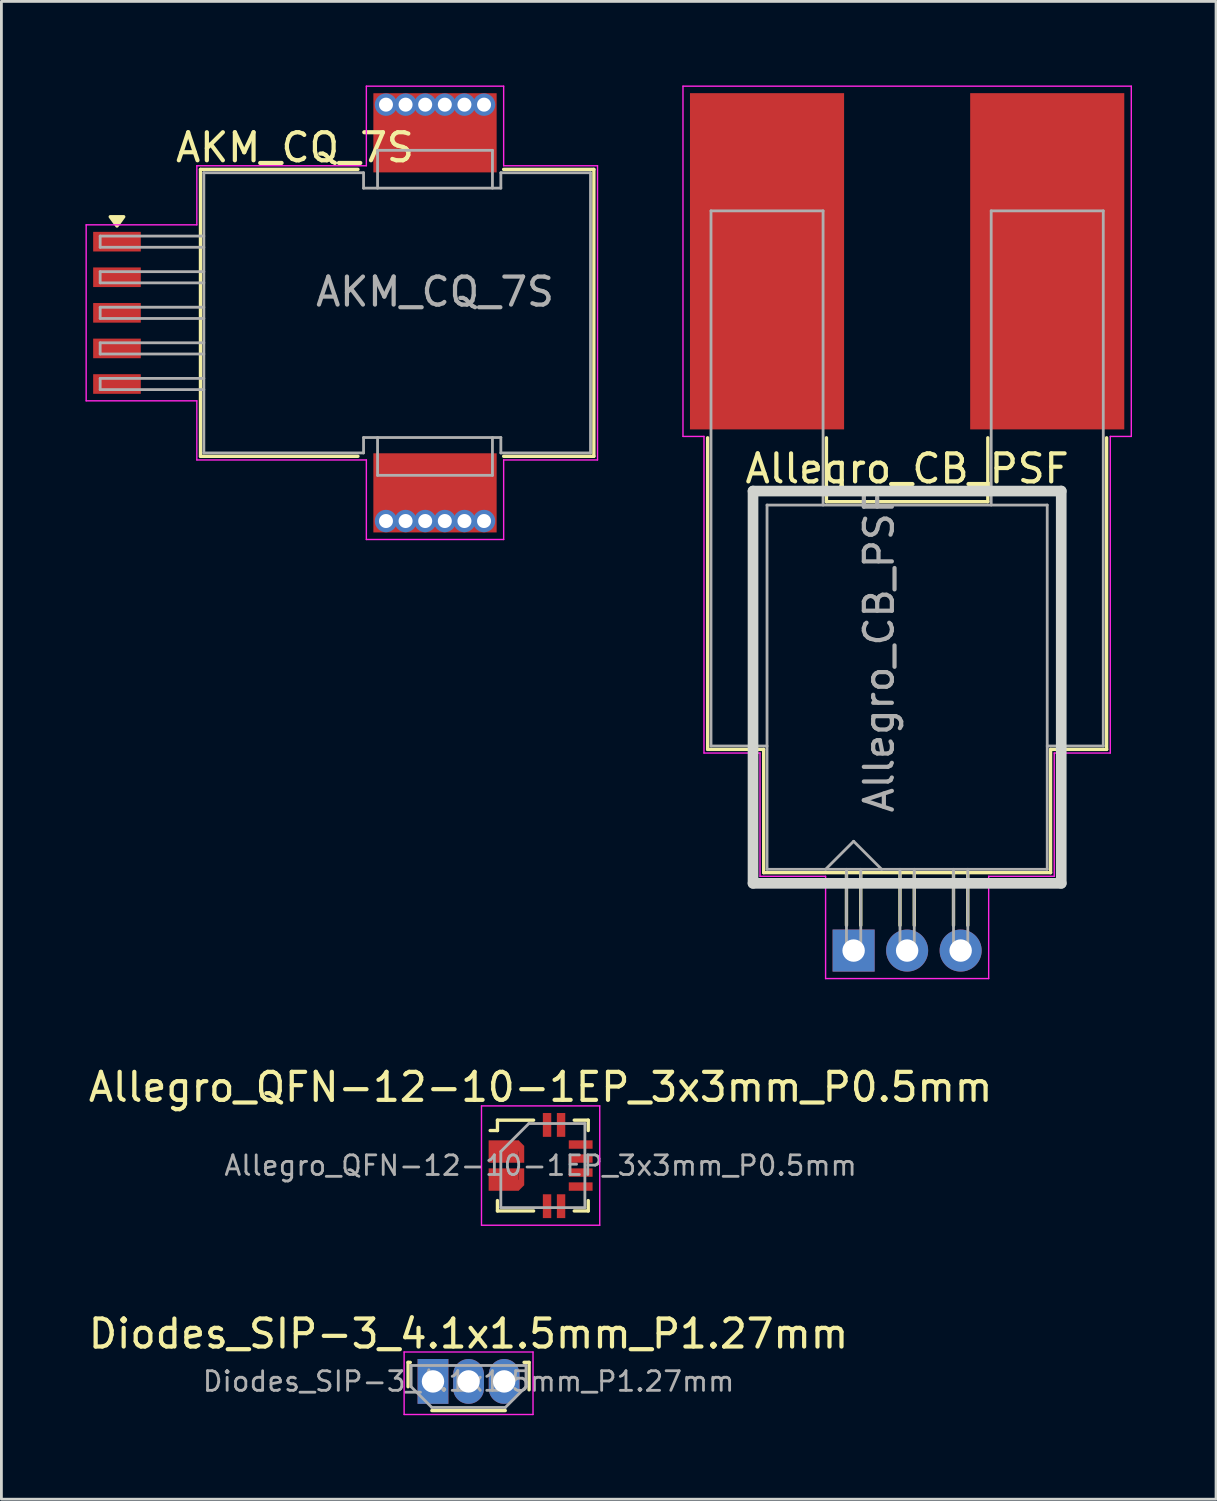
<source format=kicad_pcb>
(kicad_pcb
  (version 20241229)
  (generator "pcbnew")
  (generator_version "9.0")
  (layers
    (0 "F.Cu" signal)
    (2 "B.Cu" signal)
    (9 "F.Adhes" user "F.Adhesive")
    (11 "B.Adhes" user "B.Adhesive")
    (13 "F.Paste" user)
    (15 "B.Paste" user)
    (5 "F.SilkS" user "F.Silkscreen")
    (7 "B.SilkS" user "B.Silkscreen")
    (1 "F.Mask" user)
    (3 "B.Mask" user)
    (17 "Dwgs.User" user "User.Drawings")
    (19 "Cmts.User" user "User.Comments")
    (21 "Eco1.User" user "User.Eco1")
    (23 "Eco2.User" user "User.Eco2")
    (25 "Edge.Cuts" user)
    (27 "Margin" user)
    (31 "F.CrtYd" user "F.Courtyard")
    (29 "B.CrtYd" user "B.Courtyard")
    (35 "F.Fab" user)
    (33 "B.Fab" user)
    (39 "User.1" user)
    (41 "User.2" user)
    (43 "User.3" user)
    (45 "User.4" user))
  (footprint "Allegro_QFN-12-10-1EP_3x3mm_P0.5mm"
    (layer "F.Cu")
    (at 16.244 38.548)
    (property "Reference" "Allegro_QFN-12-10-1EP_3x3mm_P0.5mm" (at 0 -2.8 0) (layer "F.SilkS") (effects (font (size 1 1) (thickness 0.15))))
    (attr smd)
    (fp_line (start -1.54 -1.62) (end -1.54 -1.25) (stroke (width 0.12) (type solid)) (layer "F.SilkS"))
    (fp_line (start -1.54 -1.62) (end -0.25 -1.62) (stroke (width 0.12) (type solid)) (layer "F.SilkS"))
    (fp_line (start -1.54 -1.25) (end -1.8 -1.25) (stroke (width 0.12) (type solid)) (layer "F.SilkS"))
    (fp_line (start -1.54 1.25) (end -1.54 1.62) (stroke (width 0.12) (type solid)) (layer "F.SilkS"))
    (fp_line (start -1.54 1.62) (end -0.25 1.62) (stroke (width 0.12) (type solid)) (layer "F.SilkS"))
    (fp_line (start 1.7 -1.62) (end 1.2 -1.62) (stroke (width 0.12) (type solid)) (layer "F.SilkS"))
    (fp_line (start 1.7 -1.62) (end 1.7 -1.25) (stroke (width 0.12) (type solid)) (layer "F.SilkS"))
    (fp_line (start 1.7 1.25) (end 1.7 1.62) (stroke (width 0.12) (type solid)) (layer "F.SilkS"))
    (fp_line (start 1.7 1.62) (end 1.2 1.62) (stroke (width 0.12) (type solid)) (layer "F.SilkS"))
    (fp_line (start -2.11 -2.13) (end -2.11 2.13) (stroke (width 0.05) (type solid)) (layer "F.CrtYd"))
    (fp_line (start -2.11 2.13) (end 2.11 2.13) (stroke (width 0.05) (type solid)) (layer "F.CrtYd"))
    (fp_line (start 2.11 -2.13) (end -2.11 -2.13) (stroke (width 0.05) (type solid)) (layer "F.CrtYd"))
    (fp_line (start 2.11 2.13) (end 2.11 -2.13) (stroke (width 0.05) (type solid)) (layer "F.CrtYd"))
    (fp_line (start -1.42 -0.5) (end -0.42 -1.5) (stroke (width 0.1) (type solid)) (layer "F.Fab"))
    (fp_line (start -1.42 1.5) (end -1.42 -0.5) (stroke (width 0.1) (type solid)) (layer "F.Fab"))
    (fp_line (start -0.42 -1.5) (end 1.58 -1.5) (stroke (width 0.1) (type solid)) (layer "F.Fab"))
    (fp_line (start 1.58 -1.5) (end 1.58 1.5) (stroke (width 0.1) (type solid)) (layer "F.Fab"))
    (fp_line (start 1.58 1.5) (end -1.42 1.5) (stroke (width 0.1) (type solid)) (layer "F.Fab"))
    (fp_text user "${REFERENCE}" (at 0 0 0) (layer "F.Fab") (effects (font (size 0.7 0.7) (thickness 0.1))))
    (pad "1" smd rect (at -1.32 -0.5) (size 1.07 0.8) (layers "F.Cu" "F.Mask" "F.Paste"))
    (pad "1" smd rect (at -0.785 -0.7 45) (size 0.283 0.283) (layers "F.Cu" "F.Mask" "F.Paste"))
    (pad "1" smd rect (at -0.685 -0.4) (size 0.2 0.6) (layers "F.Cu" "F.Mask" "F.Paste"))
    (pad "2" smd rect (at -1.32 0.5) (size 1.07 0.8) (layers "F.Cu" "F.Mask" "F.Paste"))
    (pad "2" smd rect (at -0.785 0.7 45) (size 0.283 0.283) (layers "F.Cu" "F.Mask" "F.Paste"))
    (pad "2" smd rect (at -0.685 0.4) (size 0.2 0.6) (layers "F.Cu" "F.Mask" "F.Paste"))
    (pad "3" smd rect (at 0.23 1.45) (size 0.3 0.85) (layers "F.Cu" "F.Mask" "F.Paste"))
    (pad "4" smd rect (at 0.73 1.45) (size 0.3 0.85) (layers "F.Cu" "F.Mask" "F.Paste"))
    (pad "5" smd rect (at 1.43 0.75) (size 0.85 0.3) (layers "F.Cu" "F.Mask" "F.Paste"))
    (pad "6" smd rect (at 1.43 0.25) (size 0.85 0.3) (layers "F.Cu" "F.Mask" "F.Paste"))
    (pad "7" smd rect (at 1.43 -0.25) (size 0.85 0.3) (layers "F.Cu" "F.Mask" "F.Paste"))
    (pad "8" smd rect (at 1.43 -0.75) (size 0.85 0.3) (layers "F.Cu" "F.Mask" "F.Paste"))
    (pad "9" smd rect (at 0.73 -1.45) (size 0.3 0.85) (layers "F.Cu" "F.Mask" "F.Paste"))
    (pad "10" smd rect (at 0.23 -1.45) (size 0.3 0.85) (layers "F.Cu" "F.Mask" "F.Paste")))
  (footprint "AKM_CQ_7S"
    (layer "F.Cu")
    (at 7.475 8.115)
    (property "Reference" "AKM_CQ_7S" (at 0 -5.9 0) (layer "F.SilkS") (effects (font (size 1 1) (thickness 0.15))))
    (attr smd)
    (fp_line (start -3.37 -5.12) (end -3.37 5.12) (stroke (width 0.12) (type solid)) (layer "F.SilkS"))
    (fp_line (start 2.25 -5.12) (end -3.37 -5.12) (stroke (width 0.12) (type solid)) (layer "F.SilkS"))
    (fp_line (start 2.25 5.12) (end -3.37 5.12) (stroke (width 0.12) (type solid)) (layer "F.SilkS"))
    (fp_line (start 10.67 -5.12) (end 7.45 -5.12) (stroke (width 0.12) (type solid)) (layer "F.SilkS"))
    (fp_line (start 10.67 5.12) (end 7.45 5.12) (stroke (width 0.12) (type solid)) (layer "F.SilkS"))
    (fp_line (start 10.67 5.12) (end 10.67 -5.12) (stroke (width 0.12) (type solid)) (layer "F.SilkS"))
    (fp_poly (pts (xy -6.35 -3.1) (xy -6.59 -3.43) (xy -6.11 -3.43) (xy -6.35 -3.1)) (stroke (width 0.12) (type solid)) (fill yes) (layer "F.SilkS"))
    (fp_line (start -7.45 -3.14) (end -7.45 3.14) (stroke (width 0.05) (type solid)) (layer "F.CrtYd"))
    (fp_line (start -7.45 -3.14) (end -3.5 -3.14) (stroke (width 0.05) (type solid)) (layer "F.CrtYd"))
    (fp_line (start -7.45 3.14) (end -3.5 3.14) (stroke (width 0.05) (type solid)) (layer "F.CrtYd"))
    (fp_line (start -3.5 -5.25) (end 2.55 -5.25) (stroke (width 0.05) (type solid)) (layer "F.CrtYd"))
    (fp_line (start -3.5 -3.14) (end -3.5 -5.25) (stroke (width 0.05) (type solid)) (layer "F.CrtYd"))
    (fp_line (start -3.5 3.14) (end -3.5 5.25) (stroke (width 0.05) (type solid)) (layer "F.CrtYd"))
    (fp_line (start -3.5 5.25) (end 2.55 5.25) (stroke (width 0.05) (type solid)) (layer "F.CrtYd"))
    (fp_line (start 2.55 -5.25) (end 2.55 -8.09) (stroke (width 0.05) (type solid)) (layer "F.CrtYd"))
    (fp_line (start 2.55 5.25) (end 2.55 8.09) (stroke (width 0.05) (type solid)) (layer "F.CrtYd"))
    (fp_line (start 7.45 -8.09) (end 2.55 -8.09) (stroke (width 0.05) (type solid)) (layer "F.CrtYd"))
    (fp_line (start 7.45 -5.25) (end 7.45 -8.09) (stroke (width 0.05) (type solid)) (layer "F.CrtYd"))
    (fp_line (start 7.45 5.25) (end 7.45 8.09) (stroke (width 0.05) (type solid)) (layer "F.CrtYd"))
    (fp_line (start 7.45 8.09) (end 2.55 8.09) (stroke (width 0.05) (type solid)) (layer "F.CrtYd"))
    (fp_line (start 10.8 -5.25) (end 7.45 -5.25) (stroke (width 0.05) (type solid)) (layer "F.CrtYd"))
    (fp_line (start 10.8 5.25) (end 7.45 5.25) (stroke (width 0.05) (type solid)) (layer "F.CrtYd"))
    (fp_line (start 10.8 5.25) (end 10.8 -5.25) (stroke (width 0.05) (type solid)) (layer "F.CrtYd"))
    (fp_line (start -6.95 -2.74) (end -6.95 -2.34) (stroke (width 0.1) (type solid)) (layer "F.Fab"))
    (fp_line (start -6.95 -2.34) (end -3.25 -2.34) (stroke (width 0.1) (type solid)) (layer "F.Fab"))
    (fp_line (start -6.95 -1.47) (end -6.95 -1.07) (stroke (width 0.1) (type solid)) (layer "F.Fab"))
    (fp_line (start -6.95 -1.07) (end -3.25 -1.07) (stroke (width 0.1) (type solid)) (layer "F.Fab"))
    (fp_line (start -6.95 -0.2) (end -6.95 0.2) (stroke (width 0.1) (type solid)) (layer "F.Fab"))
    (fp_line (start -6.95 0.2) (end -3.25 0.2) (stroke (width 0.1) (type solid)) (layer "F.Fab"))
    (fp_line (start -6.95 1.07) (end -6.95 1.47) (stroke (width 0.1) (type solid)) (layer "F.Fab"))
    (fp_line (start -6.95 1.47) (end -3.25 1.47) (stroke (width 0.1) (type solid)) (layer "F.Fab"))
    (fp_line (start -6.95 2.34) (end -6.95 2.74) (stroke (width 0.1) (type solid)) (layer "F.Fab"))
    (fp_line (start -6.95 2.74) (end -3.25 2.74) (stroke (width 0.1) (type solid)) (layer "F.Fab"))
    (fp_line (start -3.25 -5) (end -3.25 5) (stroke (width 0.1) (type solid)) (layer "F.Fab"))
    (fp_line (start -3.25 -2.74) (end -6.95 -2.74) (stroke (width 0.1) (type solid)) (layer "F.Fab"))
    (fp_line (start -3.25 -1.47) (end -6.95 -1.47) (stroke (width 0.1) (type solid)) (layer "F.Fab"))
    (fp_line (start -3.25 -0.2) (end -6.95 -0.2) (stroke (width 0.1) (type solid)) (layer "F.Fab"))
    (fp_line (start -3.25 1.07) (end -6.95 1.07) (stroke (width 0.1) (type solid)) (layer "F.Fab"))
    (fp_line (start -3.25 2.34) (end -6.95 2.34) (stroke (width 0.1) (type solid)) (layer "F.Fab"))
    (fp_line (start 2.45 -5) (end -3.25 -5) (stroke (width 0.1) (type solid)) (layer "F.Fab"))
    (fp_line (start 2.45 -5) (end 2.45 -4.45) (stroke (width 0.1) (type solid)) (layer "F.Fab"))
    (fp_line (start 2.45 5) (end -3.25 5) (stroke (width 0.1) (type solid)) (layer "F.Fab"))
    (fp_line (start 2.45 5) (end 2.45 4.45) (stroke (width 0.1) (type solid)) (layer "F.Fab"))
    (fp_line (start 2.95 -5.8) (end 2.95 -4.45) (stroke (width 0.1) (type solid)) (layer "F.Fab"))
    (fp_line (start 2.95 5.8) (end 2.95 4.45) (stroke (width 0.1) (type solid)) (layer "F.Fab"))
    (fp_line (start 7.05 -5.8) (end 2.95 -5.8) (stroke (width 0.1) (type solid)) (layer "F.Fab"))
    (fp_line (start 7.05 -4.45) (end 7.05 -5.8) (stroke (width 0.1) (type solid)) (layer "F.Fab"))
    (fp_line (start 7.05 4.45) (end 7.05 5.8) (stroke (width 0.1) (type solid)) (layer "F.Fab"))
    (fp_line (start 7.05 5.8) (end 2.95 5.8) (stroke (width 0.1) (type solid)) (layer "F.Fab"))
    (fp_line (start 7.35 -5) (end 7.35 -4.45) (stroke (width 0.1) (type solid)) (layer "F.Fab"))
    (fp_line (start 7.35 -4.45) (end 2.45 -4.45) (stroke (width 0.1) (type solid)) (layer "F.Fab"))
    (fp_line (start 7.35 4.45) (end 2.45 4.45) (stroke (width 0.1) (type solid)) (layer "F.Fab"))
    (fp_line (start 7.35 5) (end 7.35 4.45) (stroke (width 0.1) (type solid)) (layer "F.Fab"))
    (fp_line (start 10.55 -5) (end 7.35 -5) (stroke (width 0.1) (type solid)) (layer "F.Fab"))
    (fp_line (start 10.55 5) (end 7.35 5) (stroke (width 0.1) (type solid)) (layer "F.Fab"))
    (fp_line (start 10.55 5) (end 10.55 -5) (stroke (width 0.1) (type solid)) (layer "F.Fab"))
    (fp_text user "${REFERENCE}" (at 5 -0.75 0) (layer "F.Fab") (effects (font (size 1 1) (thickness 0.15))))
    (pad "1" smd rect (at -6.35 -2.54) (size 1.7 0.7) (layers "F.Cu" "F.Mask" "F.Paste"))
    (pad "2" smd rect (at -6.35 -1.27) (size 1.7 0.7) (layers "F.Cu" "F.Mask" "F.Paste"))
    (pad "3" smd rect (at -6.35 0) (size 1.7 0.7) (layers "F.Cu" "F.Mask" "F.Paste"))
    (pad "4" smd rect (at -6.35 1.27) (size 1.7 0.7) (layers "F.Cu" "F.Mask" "F.Paste"))
    (pad "5" smd rect (at -6.35 2.54) (size 1.7 0.7) (layers "F.Cu" "F.Mask" "F.Paste"))
    (pad "6" thru_hole circle (at 3.25 7.43) (size 0.8 0.8) (drill 0.5) (layers "*.Cu" "*.Mask"))
    (pad "6" thru_hole circle (at 3.95 7.43) (size 0.8 0.8) (drill 0.5) (layers "*.Cu" "*.Mask"))
    (pad "6" thru_hole circle (at 4.65 7.43) (size 0.8 0.8) (drill 0.5) (layers "*.Cu" "*.Mask"))
    (pad "6" smd rect (at 5 6.425) (size 4.4 2.825) (layers "F.Cu" "F.Mask" "F.Paste"))
    (pad "6" thru_hole circle (at 5.35 7.43) (size 0.8 0.8) (drill 0.5) (layers "*.Cu" "*.Mask"))
    (pad "6" thru_hole circle (at 6.05 7.43) (size 0.8 0.8) (drill 0.5) (layers "*.Cu" "*.Mask"))
    (pad "6" thru_hole circle (at 6.75 7.43) (size 0.8 0.8) (drill 0.5) (layers "*.Cu" "*.Mask"))
    (pad "7" thru_hole circle (at 3.25 -7.43) (size 0.8 0.8) (drill 0.5) (layers "*.Cu" "*.Mask"))
    (pad "7" thru_hole circle (at 3.95 -7.43) (size 0.8 0.8) (drill 0.5) (layers "*.Cu" "*.Mask"))
    (pad "7" thru_hole circle (at 4.65 -7.43) (size 0.8 0.8) (drill 0.5) (layers "*.Cu" "*.Mask"))
    (pad "7" smd rect (at 5 -6.425) (size 4.4 2.825) (layers "F.Cu" "F.Mask" "F.Paste"))
    (pad "7" thru_hole circle (at 5.35 -7.43) (size 0.8 0.8) (drill 0.5) (layers "*.Cu" "*.Mask"))
    (pad "7" thru_hole circle (at 6.05 -7.43) (size 0.8 0.8) (drill 0.5) (layers "*.Cu" "*.Mask"))
    (pad "7" thru_hole circle (at 6.75 -7.43) (size 0.8 0.8) (drill 0.5) (layers "*.Cu" "*.Mask")))
  (footprint "Diodes_SIP-3_4.1x1.5mm_P1.27mm"
    (layer "F.Cu")
    (at 12.403 46.252)
    (property "Reference" "Diodes_SIP-3_4.1x1.5mm_P1.27mm" (at 1.27 -1.7 0) (layer "F.SilkS") (effects (font (size 1 1) (thickness 0.15))))
    (attr through_hole)
    (fp_line (start -0.89 -0.68) (end -0.89 0.19) (stroke (width 0.12) (type solid)) (layer "F.SilkS"))
    (fp_line (start -0.81 -0.68) (end -0.89 -0.68) (stroke (width 0.12) (type solid)) (layer "F.SilkS"))
    (fp_line (start -0.04 1.04) (end 2.58 1.04) (stroke (width 0.12) (type solid)) (layer "F.SilkS"))
    (fp_line (start 3.25 -0.68) (end 3.43 -0.68) (stroke (width 0.12) (type solid)) (layer "F.SilkS"))
    (fp_line (start 3.43 -0.68) (end 3.43 0.3) (stroke (width 0.12) (type solid)) (layer "F.SilkS"))
    (fp_line (start -1.03 -1.05) (end -1.03 1.18) (stroke (width 0.05) (type solid)) (layer "F.CrtYd"))
    (fp_line (start -1.03 1.18) (end 3.57 1.18) (stroke (width 0.05) (type solid)) (layer "F.CrtYd"))
    (fp_line (start 3.57 -1.05) (end -1.03 -1.05) (stroke (width 0.05) (type solid)) (layer "F.CrtYd"))
    (fp_line (start 3.57 -1.05) (end 3.57 1.18) (stroke (width 0.05) (type solid)) (layer "F.CrtYd"))
    (fp_line (start -0.78 -0.57) (end -0.78 0.19) (stroke (width 0.1) (type solid)) (layer "F.Fab"))
    (fp_line (start -0.78 -0.57) (end 3.32 -0.57) (stroke (width 0.1) (type solid)) (layer "F.Fab"))
    (fp_line (start -0.78 0.19) (end -0.04 0.93) (stroke (width 0.1) (type solid)) (layer "F.Fab"))
    (fp_line (start -0.04 0.93) (end 2.58 0.93) (stroke (width 0.1) (type solid)) (layer "F.Fab"))
    (fp_line (start 3.32 -0.57) (end 3.32 0.19) (stroke (width 0.1) (type solid)) (layer "F.Fab"))
    (fp_line (start 3.32 0.19) (end 2.58 0.93) (stroke (width 0.1) (type solid)) (layer "F.Fab"))
    (fp_text user "${REFERENCE}" (at 1.27 0 0) (layer "F.Fab") (effects (font (size 0.7 0.7) (thickness 0.1))))
    (pad "1" thru_hole rect (at 0 0) (size 1.1 1.6) (drill 0.8) (layers "*.Cu" "*.Mask"))
    (pad "2" thru_hole oval (at 1.27 0) (size 1.1 1.6) (drill 0.8) (layers "*.Cu" "*.Mask"))
    (pad "3" thru_hole oval (at 2.54 0) (size 1.1 1.6) (drill 0.8) (layers "*.Cu" "*.Mask")))
  (footprint "Allegro_CB_PSF"
    (layer "F.Cu")
    (at 27.415 30.875)
    (property "Reference" "Allegro_CB_PSF" (at 1.91 -17.2 0) (layer "F.SilkS") (effects (font (size 1 1) (thickness 0.15))))
    (attr through_hole)
    (fp_line (start -5.21 -7.18) (end -5.21 -18.3) (stroke (width 0.12) (type solid)) (layer "F.SilkS"))
    (fp_line (start -3.21 -7.18) (end -5.21 -7.18) (stroke (width 0.12) (type solid)) (layer "F.SilkS"))
    (fp_line (start -3.21 -2.78) (end -3.21 -7.18) (stroke (width 0.12) (type solid)) (layer "F.SilkS"))
    (fp_line (start -0.97 -16.02) (end -0.97 -18.3) (stroke (width 0.12) (type solid)) (layer "F.SilkS"))
    (fp_line (start -0.97 -16.02) (end 4.79 -16.02) (stroke (width 0.12) (type solid)) (layer "F.SilkS"))
    (fp_line (start -0.255 -2.78) (end -0.255 -0.9) (stroke (width 0.12) (type solid)) (layer "F.SilkS"))
    (fp_line (start 0.255 -2.78) (end 0.255 -0.9) (stroke (width 0.12) (type solid)) (layer "F.SilkS"))
    (fp_line (start 1.655 -2.78) (end 1.655 -0.9) (stroke (width 0.12) (type solid)) (layer "F.SilkS"))
    (fp_line (start 2.165 -2.78) (end 2.165 -0.9) (stroke (width 0.12) (type solid)) (layer "F.SilkS"))
    (fp_line (start 3.565 -2.78) (end 3.565 -0.9) (stroke (width 0.12) (type solid)) (layer "F.SilkS"))
    (fp_line (start 4.075 -2.78) (end 4.075 -0.9) (stroke (width 0.12) (type solid)) (layer "F.SilkS"))
    (fp_line (start 4.79 -16.02) (end 4.79 -18.3) (stroke (width 0.12) (type solid)) (layer "F.SilkS"))
    (fp_line (start 7.03 -7.18) (end 9.03 -7.18) (stroke (width 0.12) (type solid)) (layer "F.SilkS"))
    (fp_line (start 7.03 -2.78) (end -3.21 -2.78) (stroke (width 0.12) (type solid)) (layer "F.SilkS"))
    (fp_line (start 7.03 -2.78) (end 7.03 -7.18) (stroke (width 0.12) (type solid)) (layer "F.SilkS"))
    (fp_line (start 9.03 -7.18) (end 9.03 -18.3) (stroke (width 0.12) (type solid)) (layer "F.SilkS"))
    (fp_line (start -3.59 -16.4) (end 7.41 -16.4) (stroke (width 0.381) (type solid)) (layer "Edge.Cuts"))
    (fp_line (start -3.59 -2.4) (end -3.59 -16.4) (stroke (width 0.381) (type solid)) (layer "Edge.Cuts"))
    (fp_line (start 7.41 -16.4) (end 7.41 -2.4) (stroke (width 0.381) (type solid)) (layer "Edge.Cuts"))
    (fp_line (start 7.41 -2.4) (end -3.59 -2.4) (stroke (width 0.381) (type solid)) (layer "Edge.Cuts"))
    (fp_line (start -6.09 -30.85) (end 9.91 -30.85) (stroke (width 0.05) (type solid)) (layer "F.CrtYd"))
    (fp_line (start -6.09 -18.35) (end -6.09 -30.85) (stroke (width 0.05) (type solid)) (layer "F.CrtYd"))
    (fp_line (start -6.09 -18.35) (end -5.34 -18.35) (stroke (width 0.05) (type solid)) (layer "F.CrtYd"))
    (fp_line (start -5.34 -7.05) (end -5.34 -18.35) (stroke (width 0.05) (type solid)) (layer "F.CrtYd"))
    (fp_line (start -3.34 -7.05) (end -5.34 -7.05) (stroke (width 0.05) (type solid)) (layer "F.CrtYd"))
    (fp_line (start -3.34 -7.05) (end -3.34 -2.65) (stroke (width 0.05) (type solid)) (layer "F.CrtYd"))
    (fp_line (start -1 -2.65) (end -3.34 -2.65) (stroke (width 0.05) (type solid)) (layer "F.CrtYd"))
    (fp_line (start -1 -2.65) (end -1 1) (stroke (width 0.05) (type solid)) (layer "F.CrtYd"))
    (fp_line (start 4.82 -2.65) (end 4.82 1) (stroke (width 0.05) (type solid)) (layer "F.CrtYd"))
    (fp_line (start 4.82 -2.65) (end 7.16 -2.65) (stroke (width 0.05) (type solid)) (layer "F.CrtYd"))
    (fp_line (start 4.82 1) (end -1 1) (stroke (width 0.05) (type solid)) (layer "F.CrtYd"))
    (fp_line (start 7.16 -7.05) (end 7.16 -2.65) (stroke (width 0.05) (type solid)) (layer "F.CrtYd"))
    (fp_line (start 7.16 -7.05) (end 9.16 -7.05) (stroke (width 0.05) (type solid)) (layer "F.CrtYd"))
    (fp_line (start 9.16 -18.35) (end 9.91 -18.35) (stroke (width 0.05) (type solid)) (layer "F.CrtYd"))
    (fp_line (start 9.16 -7.05) (end 9.16 -18.35) (stroke (width 0.05) (type solid)) (layer "F.CrtYd"))
    (fp_line (start 9.91 -30.85) (end 9.91 -18.35) (stroke (width 0.05) (type solid)) (layer "F.CrtYd"))
    (fp_line (start -5.09 -26.4) (end -1.09 -26.4) (stroke (width 0.1) (type solid)) (layer "F.Fab"))
    (fp_line (start -5.09 -7.3) (end -5.09 -26.4) (stroke (width 0.1) (type solid)) (layer "F.Fab"))
    (fp_line (start -5.09 -7.3) (end -3.09 -7.3) (stroke (width 0.1) (type solid)) (layer "F.Fab"))
    (fp_line (start -3.09 -15.9) (end -3.09 -2.9) (stroke (width 0.1) (type solid)) (layer "F.Fab"))
    (fp_line (start -3.09 -15.9) (end 6.91 -15.9) (stroke (width 0.1) (type solid)) (layer "F.Fab"))
    (fp_line (start -1.09 -15.9) (end -1.09 -26.4) (stroke (width 0.1) (type solid)) (layer "F.Fab"))
    (fp_line (start -0.255 -2.9) (end -0.255 0.19) (stroke (width 0.1) (type solid)) (layer "F.Fab"))
    (fp_line (start 0 -3.9) (end -1 -2.9) (stroke (width 0.1) (type solid)) (layer "F.Fab"))
    (fp_line (start 0 -3.9) (end 1 -2.9) (stroke (width 0.1) (type solid)) (layer "F.Fab"))
    (fp_line (start 0.255 -2.9) (end 0.255 0.19) (stroke (width 0.1) (type solid)) (layer "F.Fab"))
    (fp_line (start 1.655 -2.9) (end 1.655 0.19) (stroke (width 0.1) (type solid)) (layer "F.Fab"))
    (fp_line (start 2.165 -2.9) (end 2.165 0.19) (stroke (width 0.1) (type solid)) (layer "F.Fab"))
    (fp_line (start 3.565 -2.9) (end 3.565 0.19) (stroke (width 0.1) (type solid)) (layer "F.Fab"))
    (fp_line (start 4.075 -2.9) (end 4.075 0.19) (stroke (width 0.1) (type solid)) (layer "F.Fab"))
    (fp_line (start 4.91 -15.9) (end 4.91 -26.4) (stroke (width 0.1) (type solid)) (layer "F.Fab"))
    (fp_line (start 6.91 -15.9) (end 6.91 -2.9) (stroke (width 0.1) (type solid)) (layer "F.Fab"))
    (fp_line (start 6.91 -7.3) (end 8.91 -7.3) (stroke (width 0.1) (type solid)) (layer "F.Fab"))
    (fp_line (start 6.91 -2.9) (end -3.09 -2.9) (stroke (width 0.1) (type solid)) (layer "F.Fab"))
    (fp_line (start 8.91 -26.4) (end 4.91 -26.4) (stroke (width 0.1) (type solid)) (layer "F.Fab"))
    (fp_line (start 8.91 -7.3) (end 8.91 -26.4) (stroke (width 0.1) (type solid)) (layer "F.Fab"))
    (fp_text user "${REFERENCE}" (at 0.91 -10.7 90) (layer "F.Fab") (effects (font (size 1 1) (thickness 0.15))))
    (pad "1" thru_hole rect (at 0 0) (size 1.5 1.5) (drill 0.8) (layers "*.Cu" "*.Mask"))
    (pad "2" thru_hole circle (at 1.91 0) (size 1.5 1.5) (drill 0.8) (layers "*.Cu" "*.Mask"))
    (pad "3" thru_hole circle (at 3.82 0) (size 1.5 1.5) (drill 0.8) (layers "*.Cu" "*.Mask"))
    (pad "4" smd rect (at 6.91 -24.6) (size 5.5 12) (layers "F.Cu" "F.Mask" "F.Paste"))
    (pad "5" smd rect (at -3.09 -24.6) (size 5.5 12) (layers "F.Cu" "F.Mask" "F.Paste")))
  (gr_rect
    (start -3 -3)
    (end 40.35 50.456)
    (stroke (width 0.1) (type default))
    (fill no)
    (layer "Edge.Cuts")))
</source>
